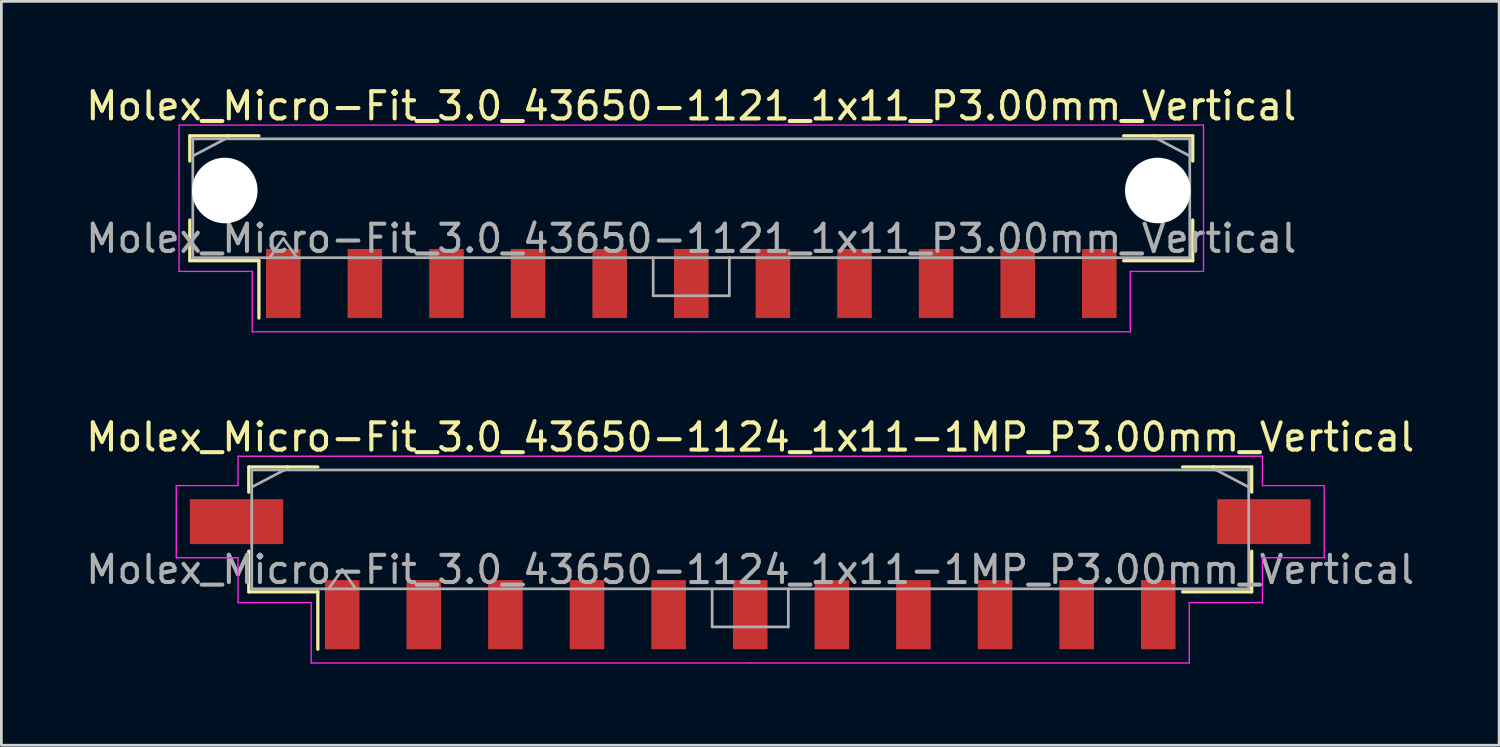
<source format=kicad_pcb>
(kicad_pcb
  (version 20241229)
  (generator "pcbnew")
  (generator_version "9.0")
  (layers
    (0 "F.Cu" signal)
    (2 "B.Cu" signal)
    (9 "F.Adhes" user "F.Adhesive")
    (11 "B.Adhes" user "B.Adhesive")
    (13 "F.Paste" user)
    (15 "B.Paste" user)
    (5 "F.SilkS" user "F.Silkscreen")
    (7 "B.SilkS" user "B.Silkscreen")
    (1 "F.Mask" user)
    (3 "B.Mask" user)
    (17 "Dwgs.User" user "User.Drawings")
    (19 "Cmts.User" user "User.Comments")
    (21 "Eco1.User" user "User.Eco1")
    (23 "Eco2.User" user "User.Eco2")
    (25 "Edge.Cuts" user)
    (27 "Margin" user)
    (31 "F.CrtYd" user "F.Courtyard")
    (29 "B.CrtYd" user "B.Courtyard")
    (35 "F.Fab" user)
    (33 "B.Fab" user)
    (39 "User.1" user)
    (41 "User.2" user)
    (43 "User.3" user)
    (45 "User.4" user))
  (footprint "Molex_Micro-Fit_3.0_43650-1121_1x11_P3.00mm_Vertical"
    (layer "F.Cu")
    (at 22.363 4.238)
    (property "Reference" "Molex_Micro-Fit_3.0_43650-1121_1x11_P3.00mm_Vertical" (at 0 -3.39 0) (layer "F.SilkS") (effects (font (size 1 1) (thickness 0.15))))
    (attr smd)
    (fp_line (start -18.435 -2.295) (end -17.015 -2.295) (stroke (width 0.12) (type solid)) (layer "F.SilkS"))
    (fp_line (start -18.435 -1.37) (end -18.435 -2.295) (stroke (width 0.12) (type solid)) (layer "F.SilkS"))
    (fp_line (start -18.435 0.8) (end -18.435 2.295) (stroke (width 0.12) (type solid)) (layer "F.SilkS"))
    (fp_line (start -18.435 2.295) (end -15.895 2.295) (stroke (width 0.12) (type solid)) (layer "F.SilkS"))
    (fp_line (start -17.015 -2.295) (end -17.015 -2.295) (stroke (width 0.12) (type solid)) (layer "F.SilkS"))
    (fp_line (start -17.015 -2.295) (end -15.895 -2.295) (stroke (width 0.12) (type solid)) (layer "F.SilkS"))
    (fp_line (start -15.895 2.295) (end -15.895 4.405) (stroke (width 0.12) (type solid)) (layer "F.SilkS"))
    (fp_line (start 17.015 -2.295) (end 15.895 -2.295) (stroke (width 0.12) (type solid)) (layer "F.SilkS"))
    (fp_line (start 17.015 -2.295) (end 17.015 -2.295) (stroke (width 0.12) (type solid)) (layer "F.SilkS"))
    (fp_line (start 18.435 -2.295) (end 17.015 -2.295) (stroke (width 0.12) (type solid)) (layer "F.SilkS"))
    (fp_line (start 18.435 -1.37) (end 18.435 -2.295) (stroke (width 0.12) (type solid)) (layer "F.SilkS"))
    (fp_line (start 18.435 0.8) (end 18.435 2.295) (stroke (width 0.12) (type solid)) (layer "F.SilkS"))
    (fp_line (start 18.435 2.295) (end 15.895 2.295) (stroke (width 0.12) (type solid)) (layer "F.SilkS"))
    (fp_line (start -18.83 -2.69) (end -18.83 2.69) (stroke (width 0.05) (type solid)) (layer "F.CrtYd"))
    (fp_line (start -18.83 2.69) (end -16.14 2.69) (stroke (width 0.05) (type solid)) (layer "F.CrtYd"))
    (fp_line (start -16.14 -2.69) (end -18.83 -2.69) (stroke (width 0.05) (type solid)) (layer "F.CrtYd"))
    (fp_line (start -16.14 2.69) (end -16.14 4.91) (stroke (width 0.05) (type solid)) (layer "F.CrtYd"))
    (fp_line (start -16.14 4.91) (end 0 4.91) (stroke (width 0.05) (type solid)) (layer "F.CrtYd"))
    (fp_line (start 0 -2.69) (end -16.14 -2.69) (stroke (width 0.05) (type solid)) (layer "F.CrtYd"))
    (fp_line (start 0 -2.69) (end 16.14 -2.69) (stroke (width 0.05) (type solid)) (layer "F.CrtYd"))
    (fp_line (start 16.14 -2.69) (end 18.83 -2.69) (stroke (width 0.05) (type solid)) (layer "F.CrtYd"))
    (fp_line (start 16.14 2.69) (end 16.14 4.91) (stroke (width 0.05) (type solid)) (layer "F.CrtYd"))
    (fp_line (start 16.14 4.91) (end 0 4.91) (stroke (width 0.05) (type solid)) (layer "F.CrtYd"))
    (fp_line (start 18.83 -2.69) (end 18.83 2.69) (stroke (width 0.05) (type solid)) (layer "F.CrtYd"))
    (fp_line (start 18.83 2.69) (end 16.14 2.69) (stroke (width 0.05) (type solid)) (layer "F.CrtYd"))
    (fp_line (start -18.325 -2.185) (end -18.325 2.185) (stroke (width 0.1) (type solid)) (layer "F.Fab"))
    (fp_line (start -18.325 -1.555) (end -17.125 -2.185) (stroke (width 0.1) (type solid)) (layer "F.Fab"))
    (fp_line (start -18.325 2.185) (end 18.325 2.185) (stroke (width 0.1) (type solid)) (layer "F.Fab"))
    (fp_line (start -17.125 -2.185) (end -18.325 -2.185) (stroke (width 0.1) (type solid)) (layer "F.Fab"))
    (fp_line (start -17.125 -2.185) (end -17.125 -2.185) (stroke (width 0.1) (type solid)) (layer "F.Fab"))
    (fp_line (start -15.5 2.185) (end -15 1.478) (stroke (width 0.1) (type solid)) (layer "F.Fab"))
    (fp_line (start -15 1.478) (end -14.5 2.185) (stroke (width 0.1) (type solid)) (layer "F.Fab"))
    (fp_line (start -1.4 2.185) (end -1.4 3.585) (stroke (width 0.1) (type solid)) (layer "F.Fab"))
    (fp_line (start -1.4 3.585) (end 1.4 3.585) (stroke (width 0.1) (type solid)) (layer "F.Fab"))
    (fp_line (start 1.4 3.585) (end 1.4 2.185) (stroke (width 0.1) (type solid)) (layer "F.Fab"))
    (fp_line (start 17.125 -2.185) (end -17.125 -2.185) (stroke (width 0.1) (type solid)) (layer "F.Fab"))
    (fp_line (start 17.125 -2.185) (end 17.125 -2.185) (stroke (width 0.1) (type solid)) (layer "F.Fab"))
    (fp_line (start 18.325 -2.185) (end 17.125 -2.185) (stroke (width 0.1) (type solid)) (layer "F.Fab"))
    (fp_line (start 18.325 -1.555) (end 17.125 -2.185) (stroke (width 0.1) (type solid)) (layer "F.Fab"))
    (fp_line (start 18.325 2.185) (end 18.325 -2.185) (stroke (width 0.1) (type solid)) (layer "F.Fab"))
    (fp_text user "${REFERENCE}" (at 0 1.48 0) (layer "F.Fab") (effects (font (size 1 1) (thickness 0.15))))
    (pad "" np_thru_hole circle (at -17.15 -0.285) (size 2.41 2.41) (drill 2.41) (layers "*.Cu" "*.Mask"))
    (pad "" np_thru_hole circle (at 17.15 -0.285) (size 2.41 2.41) (drill 2.41) (layers "*.Cu" "*.Mask"))
    (pad "1" smd rect (at -15 3.135) (size 1.27 2.54) (layers "F.Cu" "F.Mask" "F.Paste"))
    (pad "2" smd rect (at -12 3.135) (size 1.27 2.54) (layers "F.Cu" "F.Mask" "F.Paste"))
    (pad "3" smd rect (at -9 3.135) (size 1.27 2.54) (layers "F.Cu" "F.Mask" "F.Paste"))
    (pad "4" smd rect (at -6 3.135) (size 1.27 2.54) (layers "F.Cu" "F.Mask" "F.Paste"))
    (pad "5" smd rect (at -3 3.135) (size 1.27 2.54) (layers "F.Cu" "F.Mask" "F.Paste"))
    (pad "6" smd rect (at 0 3.135) (size 1.27 2.54) (layers "F.Cu" "F.Mask" "F.Paste"))
    (pad "7" smd rect (at 3 3.135) (size 1.27 2.54) (layers "F.Cu" "F.Mask" "F.Paste"))
    (pad "8" smd rect (at 6 3.135) (size 1.27 2.54) (layers "F.Cu" "F.Mask" "F.Paste"))
    (pad "9" smd rect (at 9 3.135) (size 1.27 2.54) (layers "F.Cu" "F.Mask" "F.Paste"))
    (pad "10" smd rect (at 12 3.135) (size 1.27 2.54) (layers "F.Cu" "F.Mask" "F.Paste"))
    (pad "11" smd rect (at 15 3.135) (size 1.27 2.54) (layers "F.Cu" "F.Mask" "F.Paste")))
  (footprint "Molex_Micro-Fit_3.0_43650-1124_1x11-1MP_P3.00mm_Vertical"
    (layer "F.Cu")
    (at 24.53 16.412)
    (property "Reference" "Molex_Micro-Fit_3.0_43650-1124_1x11-1MP_P3.00mm_Vertical" (at 0 -3.39 0) (layer "F.SilkS") (effects (font (size 1 1) (thickness 0.15))))
    (attr smd)
    (fp_line (start -18.435 -2.295) (end -17.015 -2.295) (stroke (width 0.12) (type solid)) (layer "F.SilkS"))
    (fp_line (start -18.435 -1.37) (end -18.435 -2.295) (stroke (width 0.12) (type solid)) (layer "F.SilkS"))
    (fp_line (start -18.435 0.8) (end -18.435 2.295) (stroke (width 0.12) (type solid)) (layer "F.SilkS"))
    (fp_line (start -18.435 2.295) (end -15.895 2.295) (stroke (width 0.12) (type solid)) (layer "F.SilkS"))
    (fp_line (start -17.015 -2.295) (end -17.015 -2.295) (stroke (width 0.12) (type solid)) (layer "F.SilkS"))
    (fp_line (start -17.015 -2.295) (end -15.895 -2.295) (stroke (width 0.12) (type solid)) (layer "F.SilkS"))
    (fp_line (start -15.895 2.295) (end -15.895 4.405) (stroke (width 0.12) (type solid)) (layer "F.SilkS"))
    (fp_line (start 17.015 -2.295) (end 15.895 -2.295) (stroke (width 0.12) (type solid)) (layer "F.SilkS"))
    (fp_line (start 17.015 -2.295) (end 17.015 -2.295) (stroke (width 0.12) (type solid)) (layer "F.SilkS"))
    (fp_line (start 18.435 -2.295) (end 17.015 -2.295) (stroke (width 0.12) (type solid)) (layer "F.SilkS"))
    (fp_line (start 18.435 -1.37) (end 18.435 -2.295) (stroke (width 0.12) (type solid)) (layer "F.SilkS"))
    (fp_line (start 18.435 0.8) (end 18.435 2.295) (stroke (width 0.12) (type solid)) (layer "F.SilkS"))
    (fp_line (start 18.435 2.295) (end 15.895 2.295) (stroke (width 0.12) (type solid)) (layer "F.SilkS"))
    (fp_line (start -21.1 -1.61) (end -21.1 1.04) (stroke (width 0.05) (type solid)) (layer "F.CrtYd"))
    (fp_line (start -21.1 1.04) (end -18.83 1.04) (stroke (width 0.05) (type solid)) (layer "F.CrtYd"))
    (fp_line (start -18.83 -2.69) (end -18.83 -1.61) (stroke (width 0.05) (type solid)) (layer "F.CrtYd"))
    (fp_line (start -18.83 -1.61) (end -21.1 -1.61) (stroke (width 0.05) (type solid)) (layer "F.CrtYd"))
    (fp_line (start -18.83 1.04) (end -18.83 2.69) (stroke (width 0.05) (type solid)) (layer "F.CrtYd"))
    (fp_line (start -18.83 2.69) (end -16.14 2.69) (stroke (width 0.05) (type solid)) (layer "F.CrtYd"))
    (fp_line (start -16.14 -2.69) (end -18.83 -2.69) (stroke (width 0.05) (type solid)) (layer "F.CrtYd"))
    (fp_line (start -16.14 2.69) (end -16.14 4.91) (stroke (width 0.05) (type solid)) (layer "F.CrtYd"))
    (fp_line (start -16.14 4.91) (end 0 4.91) (stroke (width 0.05) (type solid)) (layer "F.CrtYd"))
    (fp_line (start 0 -2.69) (end -16.14 -2.69) (stroke (width 0.05) (type solid)) (layer "F.CrtYd"))
    (fp_line (start 0 -2.69) (end 16.14 -2.69) (stroke (width 0.05) (type solid)) (layer "F.CrtYd"))
    (fp_line (start 16.14 -2.69) (end 18.83 -2.69) (stroke (width 0.05) (type solid)) (layer "F.CrtYd"))
    (fp_line (start 16.14 2.69) (end 16.14 4.91) (stroke (width 0.05) (type solid)) (layer "F.CrtYd"))
    (fp_line (start 16.14 4.91) (end 0 4.91) (stroke (width 0.05) (type solid)) (layer "F.CrtYd"))
    (fp_line (start 18.83 -2.69) (end 18.83 -1.61) (stroke (width 0.05) (type solid)) (layer "F.CrtYd"))
    (fp_line (start 18.83 -1.61) (end 21.1 -1.61) (stroke (width 0.05) (type solid)) (layer "F.CrtYd"))
    (fp_line (start 18.83 1.04) (end 18.83 2.69) (stroke (width 0.05) (type solid)) (layer "F.CrtYd"))
    (fp_line (start 18.83 2.69) (end 16.14 2.69) (stroke (width 0.05) (type solid)) (layer "F.CrtYd"))
    (fp_line (start 21.1 -1.61) (end 21.1 1.04) (stroke (width 0.05) (type solid)) (layer "F.CrtYd"))
    (fp_line (start 21.1 1.04) (end 18.83 1.04) (stroke (width 0.05) (type solid)) (layer "F.CrtYd"))
    (fp_line (start -18.325 -2.185) (end -18.325 2.185) (stroke (width 0.1) (type solid)) (layer "F.Fab"))
    (fp_line (start -18.325 -1.555) (end -17.125 -2.185) (stroke (width 0.1) (type solid)) (layer "F.Fab"))
    (fp_line (start -18.325 2.185) (end 18.325 2.185) (stroke (width 0.1) (type solid)) (layer "F.Fab"))
    (fp_line (start -17.125 -2.185) (end -18.325 -2.185) (stroke (width 0.1) (type solid)) (layer "F.Fab"))
    (fp_line (start -17.125 -2.185) (end -17.125 -2.185) (stroke (width 0.1) (type solid)) (layer "F.Fab"))
    (fp_line (start -15.5 2.185) (end -15 1.478) (stroke (width 0.1) (type solid)) (layer "F.Fab"))
    (fp_line (start -15 1.478) (end -14.5 2.185) (stroke (width 0.1) (type solid)) (layer "F.Fab"))
    (fp_line (start -1.4 2.185) (end -1.4 3.585) (stroke (width 0.1) (type solid)) (layer "F.Fab"))
    (fp_line (start -1.4 3.585) (end 1.4 3.585) (stroke (width 0.1) (type solid)) (layer "F.Fab"))
    (fp_line (start 1.4 3.585) (end 1.4 2.185) (stroke (width 0.1) (type solid)) (layer "F.Fab"))
    (fp_line (start 17.125 -2.185) (end -17.125 -2.185) (stroke (width 0.1) (type solid)) (layer "F.Fab"))
    (fp_line (start 17.125 -2.185) (end 17.125 -2.185) (stroke (width 0.1) (type solid)) (layer "F.Fab"))
    (fp_line (start 18.325 -2.185) (end 17.125 -2.185) (stroke (width 0.1) (type solid)) (layer "F.Fab"))
    (fp_line (start 18.325 -1.555) (end 17.125 -2.185) (stroke (width 0.1) (type solid)) (layer "F.Fab"))
    (fp_line (start 18.325 2.185) (end 18.325 -2.185) (stroke (width 0.1) (type solid)) (layer "F.Fab"))
    (fp_text user "${REFERENCE}" (at 0 1.48 0) (layer "F.Fab") (effects (font (size 1 1) (thickness 0.15))))
    (pad "1" smd rect (at -15 3.135) (size 1.27 2.54) (layers "F.Cu" "F.Mask" "F.Paste"))
    (pad "2" smd rect (at -12 3.135) (size 1.27 2.54) (layers "F.Cu" "F.Mask" "F.Paste"))
    (pad "3" smd rect (at -9 3.135) (size 1.27 2.54) (layers "F.Cu" "F.Mask" "F.Paste"))
    (pad "4" smd rect (at -6 3.135) (size 1.27 2.54) (layers "F.Cu" "F.Mask" "F.Paste"))
    (pad "5" smd rect (at -3 3.135) (size 1.27 2.54) (layers "F.Cu" "F.Mask" "F.Paste"))
    (pad "6" smd rect (at 0 3.135) (size 1.27 2.54) (layers "F.Cu" "F.Mask" "F.Paste"))
    (pad "7" smd rect (at 3 3.135) (size 1.27 2.54) (layers "F.Cu" "F.Mask" "F.Paste"))
    (pad "8" smd rect (at 6 3.135) (size 1.27 2.54) (layers "F.Cu" "F.Mask" "F.Paste"))
    (pad "9" smd rect (at 9 3.135) (size 1.27 2.54) (layers "F.Cu" "F.Mask" "F.Paste"))
    (pad "10" smd rect (at 12 3.135) (size 1.27 2.54) (layers "F.Cu" "F.Mask" "F.Paste"))
    (pad "11" smd rect (at 15 3.135) (size 1.27 2.54) (layers "F.Cu" "F.Mask" "F.Paste"))
    (pad "MP" smd rect (at -18.885 -0.285) (size 3.43 1.65) (layers "F.Cu" "F.Mask" "F.Paste"))
    (pad "MP" smd rect (at 18.885 -0.285) (size 3.43 1.65) (layers "F.Cu" "F.Mask" "F.Paste")))
  (gr_rect
    (start -3 -3)
    (end 52.06 24.346)
    (stroke (width 0.1) (type default))
    (fill no)
    (layer "Edge.Cuts")))
</source>
